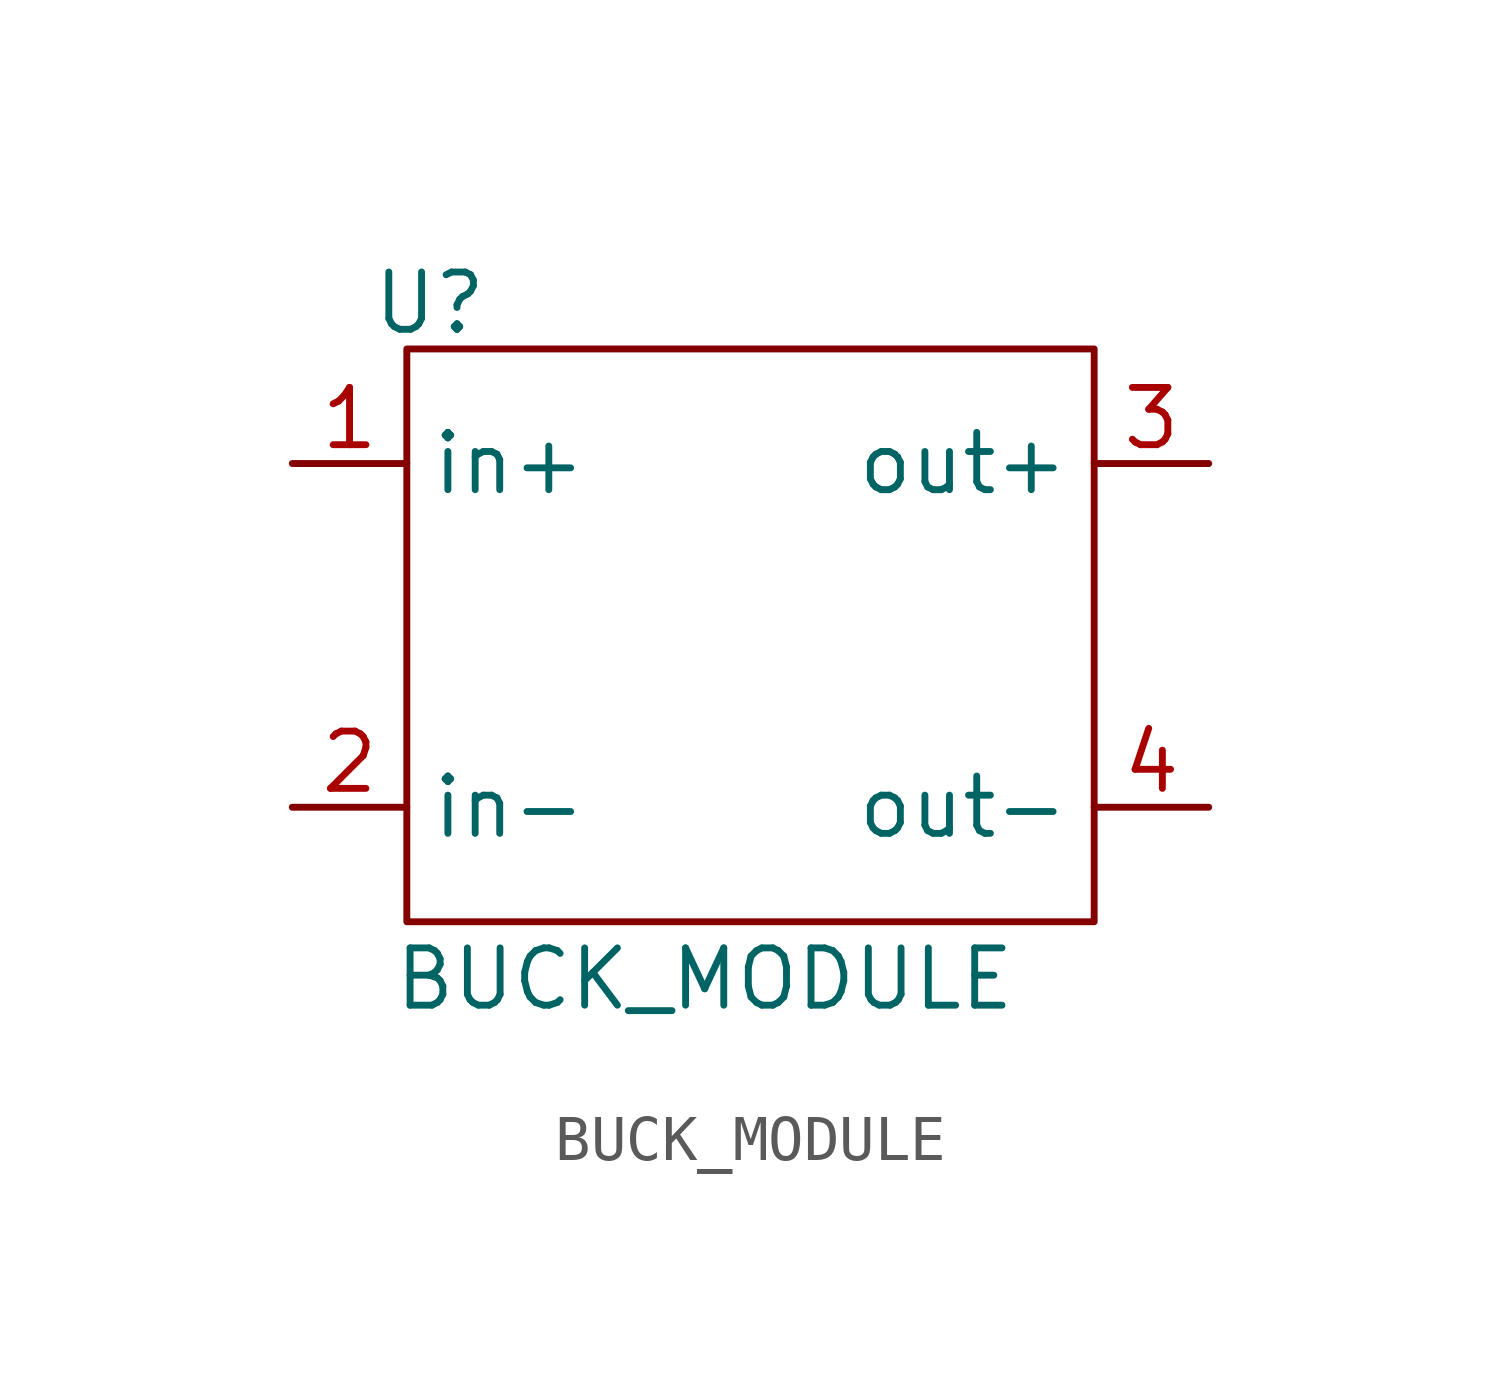
<source format=kicad_sym>
(kicad_symbol_lib
  (version 20231120)
  (generator "kicad_symbol_editor")
  (generator_version "8.0")
  (symbol "BUCK_MODULE"
    (property "Reference" "U"
      (at -7.112 8.636 0)
      (effects (font (size 1.27 1.27))))
    (property "Value" "BUCK_MODULE"
      (at -1.016 -6.35 0)
      (effects (font (size 1.27 1.27))))
    (symbol "BUCK_MODULE_0_1"
      (rectangle (start 7.62 7.62) (end -7.62 -5.08) (stroke (width 0) (type default)) (fill (type none))))
    (symbol "BUCK_MODULE_1_1"
      (pin input line (at -10.16 5.08 0) (length 2.54) (name "in+" (effects (font (size 1.27 1.27)))) (number "1" (effects (font (size 1.27 1.27)))))
      (pin input line (at -10.16 -2.54 0) (length 2.54) (name "in-" (effects (font (size 1.27 1.27)))) (number "2" (effects (font (size 1.27 1.27)))))
      (pin output line (at 10.16 5.08 180) (length 2.54) (name "out+" (effects (font (size 1.27 1.27)))) (number "3" (effects (font (size 1.27 1.27)))))
      (pin output line (at 10.16 -2.54 180) (length 2.54) (name "out-" (effects (font (size 1.27 1.27)))) (number "4" (effects (font (size 1.27 1.27))))))))
</source>
